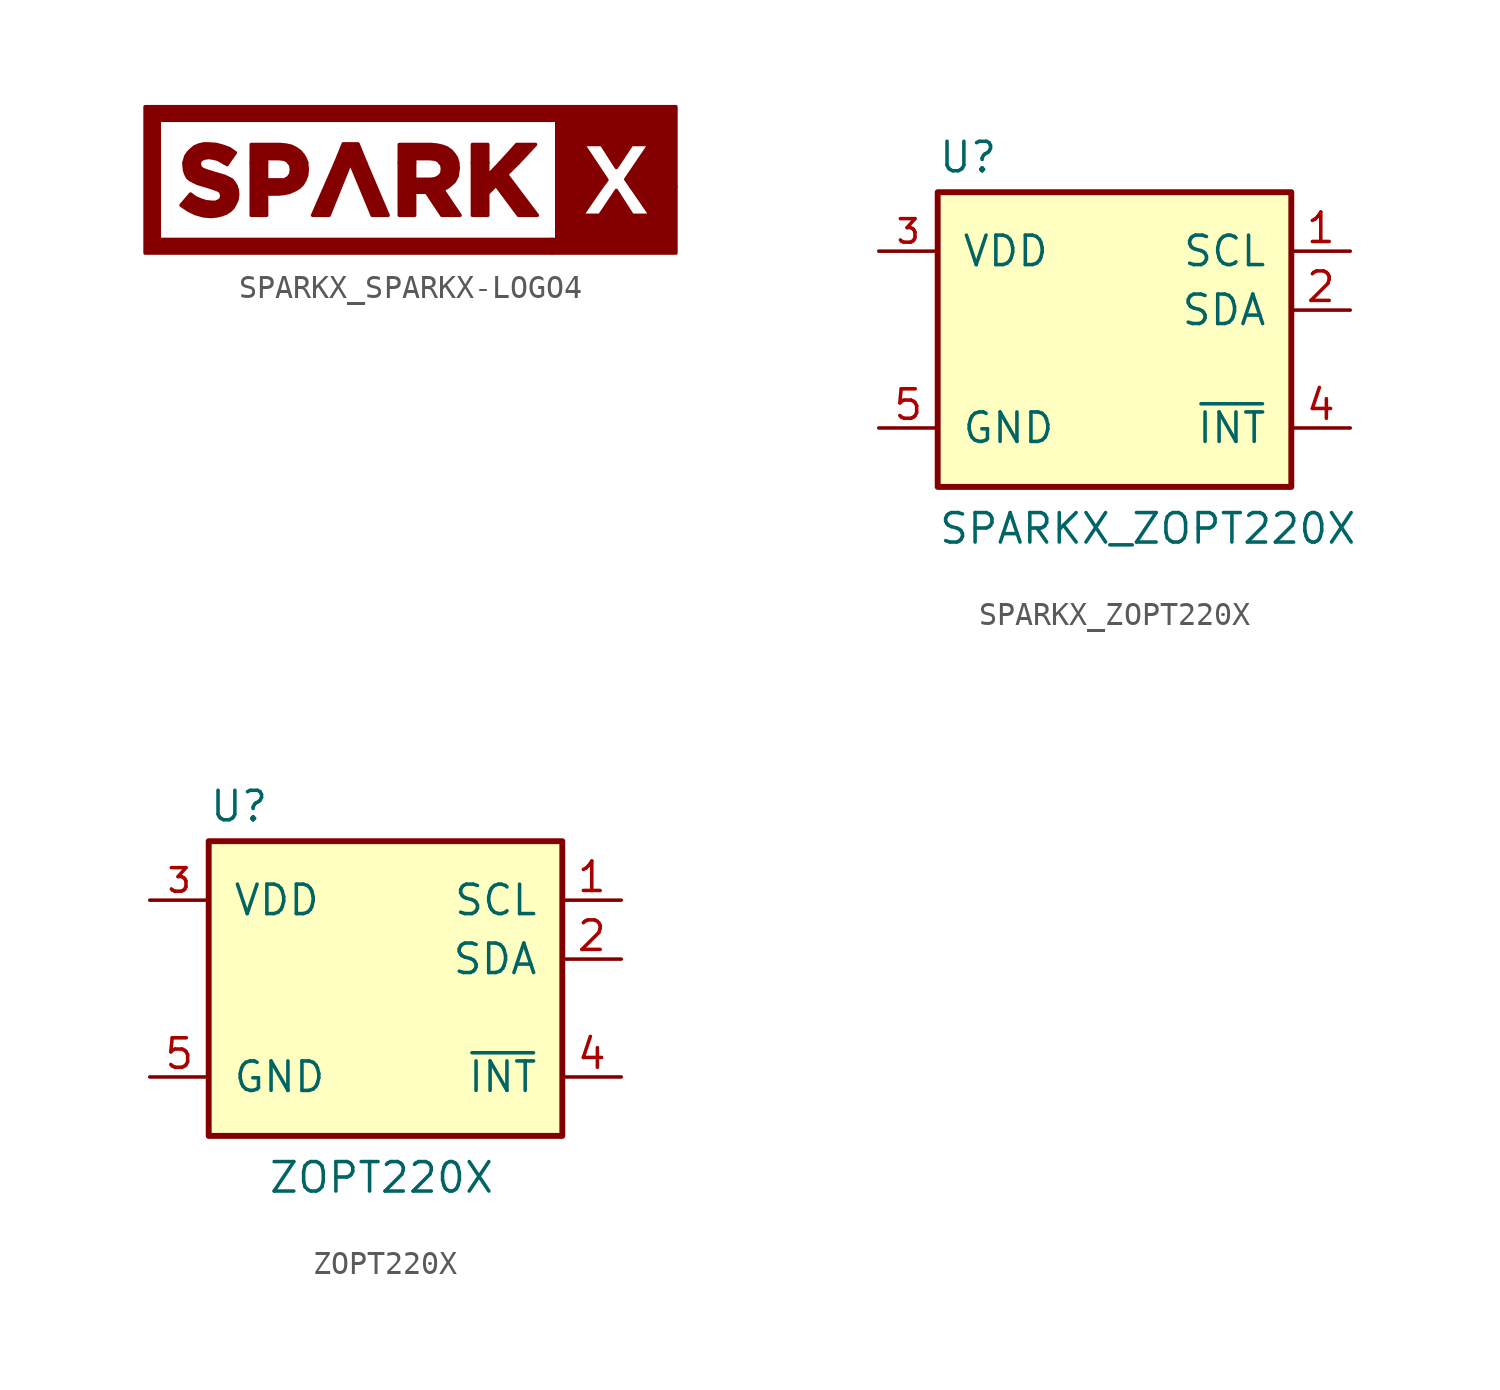
<source format=kicad_sym>
(kicad_symbol_lib
  (version 20220914)
  (generator kicad_symbol_editor)
  (symbol "SPARKX_SPARKX-LOGO4"
    (pin_numbers hide)
    (pin_names
      (offset 1.016) hide)
    (property "Reference" "M"
      (at 0 0 0)
      (effects (font (size 1.143 1.143)) hide))
    (property "ki_locked" ""
      (at 0 0 0)
      (effects (font (size 1.27 1.27))))
    (symbol "SPARKX_SPARKX-LOGO4_1_1"
      (polyline (pts (xy -7.849 0.737) (xy -8.026 0.737) (xy -8.026 0.737) (xy -7.899 0.66) (xy -7.899 0.66) (xy -7.849 0.737)) (stroke (width 0) (type solid)) (fill (type outline)))
      (polyline (pts (xy -1.93 0.737) (xy -2.261 1.549) (xy -2.261 1.549) (xy -2.896 1.549) (xy -2.896 1.549) (xy -3.226 0.737) (xy -3.226 0.737) (xy -1.93 0.737)) (stroke (width 0) (type solid)) (fill (type outline)))
      (polyline (pts (xy 3.327 0.737) (xy 3.327 1.524) (xy 3.327 1.524) (xy 2.667 1.524) (xy 2.667 1.524) (xy 2.667 0.737) (xy 2.667 0.737) (xy 3.327 0.737)) (stroke (width 0) (type solid)) (fill (type outline)))
      (polyline (pts (xy 4.648 0.737) (xy 5.385 1.524) (xy 5.385 1.524) (xy 4.572 1.524) (xy 4.572 1.524) (xy 3.861 0.737) (xy 3.861 0.737) (xy 4.648 0.737)) (stroke (width 0) (type solid)) (fill (type outline)))
      (polyline (pts (xy -1.93 0.737) (xy -3.226 0.737) (xy -3.226 0.737) (xy -4.216 -1.524) (xy -4.216 -1.524) (xy -3.505 -1.524) (xy -3.505 -1.524) (xy -2.591 0.737) (xy -2.591 0.737) (xy -1.651 -1.524) (xy -1.651 -1.524) (xy -0.965 -1.524) (xy -0.965 -1.524) (xy -1.93 0.737)) (stroke (width 0) (type solid)) (fill (type outline)))
      (polyline (pts (xy 4.648 0.737) (xy 3.861 0.737) (xy 3.861 0.737) (xy 3.327 0.178) (xy 3.327 0.178) (xy 3.327 0.737) (xy 3.327 0.737) (xy 2.667 0.737) (xy 2.667 0.737) (xy 2.667 -1.524) (xy 2.667 -1.524) (xy 3.327 -1.524) (xy 3.327 -1.524) (xy 3.327 -0.584) (xy 3.327 -0.584) (xy 3.683 -0.229) (xy 3.683 -0.229) (xy 4.648 -1.524) (xy 4.648 -1.524) (xy 5.461 -1.524) (xy 5.461 -1.524) (xy 4.14 0.229) (xy 4.14 0.229) (xy 4.648 0.737)) (stroke (width 0) (type solid)) (fill (type outline)))
      (polyline (pts (xy 11.43 -0.305) (xy 9.5 -0.305) (xy 9.5 -0.305) (xy 10.338 -1.524) (xy 10.338 -1.524) (xy 10.338 -1.524) (xy 10.338 -1.524) (xy 9.55 -1.524) (xy 9.55 -1.524) (xy 8.865 -0.457) (xy 8.865 -0.457) (xy 8.153 -1.524) (xy 8.153 -1.524) (xy 7.391 -1.524) (xy 7.391 -1.524) (xy 8.23 -0.305) (xy 8.23 -0.305) (xy 6.299 -0.305) (xy 6.299 -0.305) (xy 6.299 -2.565) (xy 6.299 -2.565) (xy 6.096 -2.565) (xy 6.096 -2.565) (xy 6.096 -3.15) (xy 6.096 -3.15) (xy 6.299 -3.15) (xy 6.299 -3.15) (xy 11.43 -3.15) (xy 11.43 -3.15) (xy 11.43 -0.305)) (stroke (width 0) (type solid)) (fill (type outline)))
      (polyline (pts (xy -4.47 0.737) (xy -4.521 0.889) (xy -4.521 0.889) (xy -4.623 1.067) (xy -4.623 1.067) (xy -4.75 1.219) (xy -4.75 1.219) (xy -4.928 1.346) (xy -4.928 1.346) (xy -5.131 1.448) (xy -5.131 1.448) (xy -5.359 1.499) (xy -5.359 1.499) (xy -5.613 1.524) (xy -5.613 1.524) (xy -6.858 1.524) (xy -6.858 1.524) (xy -6.858 0.737) (xy -6.858 0.737) (xy -6.198 0.737) (xy -6.198 0.737) (xy -6.198 0.914) (xy -6.198 0.914) (xy -5.664 0.914) (xy -5.664 0.914) (xy -5.436 0.889) (xy -5.436 0.889) (xy -5.258 0.787) (xy -5.258 0.787) (xy -5.232 0.737) (xy -5.232 0.737) (xy -4.47 0.737)) (stroke (width 0) (type solid)) (fill (type outline)))
      (polyline (pts (xy 2.032 0.737) (xy 1.981 0.94) (xy 1.981 0.94) (xy 1.88 1.092) (xy 1.88 1.092) (xy 1.753 1.245) (xy 1.753 1.245) (xy 1.575 1.372) (xy 1.575 1.372) (xy 1.372 1.448) (xy 1.372 1.448) (xy 1.143 1.499) (xy 1.143 1.499) (xy 0.889 1.524) (xy 0.889 1.524) (xy -0.483 1.524) (xy -0.483 1.524) (xy -0.483 0.737) (xy -0.483 0.737) (xy 0.178 0.737) (xy 0.178 0.737) (xy 0.178 0.914) (xy 0.178 0.914) (xy 0.838 0.914) (xy 0.838 0.914) (xy 1.067 0.889) (xy 1.067 0.889) (xy 1.219 0.813) (xy 1.219 0.813) (xy 1.27 0.737) (xy 1.27 0.737) (xy 2.032 0.737)) (stroke (width 0) (type solid)) (fill (type outline)))
      (polyline (pts (xy -11.43 3.15) (xy -11.43 -3.15) (xy -11.43 -3.15) (xy 6.096 -3.15) (xy 6.096 -3.15) (xy 6.096 -2.565) (xy 6.096 -2.565) (xy -10.82 -2.565) (xy -10.82 -2.565) (xy -10.82 2.565) (xy -10.82 2.565) (xy 6.299 2.565) (xy 6.299 2.565) (xy 6.299 -0.305) (xy 6.299 -0.305) (xy 8.23 -0.305) (xy 8.23 -0.305) (xy 8.458 0) (xy 8.458 0) (xy 7.442 1.524) (xy 7.442 1.524) (xy 8.23 1.524) (xy 8.23 1.524) (xy 8.865 0.533) (xy 8.865 0.533) (xy 9.525 1.524) (xy 9.525 1.524) (xy 10.287 1.524) (xy 10.287 1.524) (xy 9.271 0.025) (xy 9.271 0.025) (xy 9.5 -0.305) (xy 9.5 -0.305) (xy 11.43 -0.305) (xy 11.43 -0.305) (xy 11.43 3.15) (xy 11.43 3.15) (xy 6.299 3.15) (xy 6.299 3.15) (xy -11.43 3.15)) (stroke (width 0) (type solid)) (fill (type outline)))
      (polyline (pts (xy -8.687 1.549) (xy -8.915 1.549) (xy -8.915 1.549) (xy -9.119 1.499) (xy -9.119 1.499) (xy -9.296 1.422) (xy -9.296 1.422) (xy -9.449 1.295) (xy -9.449 1.295) (xy -9.576 1.168) (xy -9.576 1.168) (xy -9.677 1.016) (xy -9.677 1.016) (xy -9.728 0.838) (xy -9.728 0.838) (xy -9.754 0.737) (xy -9.754 0.737) (xy -9.093 0.737) (xy -9.093 0.737) (xy -9.068 0.813) (xy -9.068 0.813) (xy -8.992 0.889) (xy -8.992 0.889) (xy -8.865 0.94) (xy -8.865 0.94) (xy -8.687 0.965) (xy -8.687 0.965) (xy -8.509 0.94) (xy -8.509 0.94) (xy -8.306 0.889) (xy -8.306 0.889) (xy -8.026 0.737) (xy -8.026 0.737) (xy -7.849 0.737) (xy -7.849 0.737) (xy -7.544 1.168) (xy -7.544 1.168) (xy -7.798 1.346) (xy -7.798 1.346) (xy -8.077 1.448) (xy -8.077 1.448) (xy -8.357 1.524) (xy -8.357 1.524) (xy -8.687 1.549)) (stroke (width 0) (type solid)) (fill (type outline)))
      (polyline (pts (xy 2.032 0.737) (xy 1.27 0.737) (xy 1.27 0.737) (xy 1.346 0.66) (xy 1.346 0.66) (xy 1.372 0.483) (xy 1.372 0.483) (xy 1.372 0.457) (xy 1.372 0.457) (xy 1.346 0.279) (xy 1.346 0.279) (xy 1.245 0.152) (xy 1.245 0.152) (xy 1.067 0.051) (xy 1.067 0.051) (xy 0.864 0.025) (xy 0.864 0.025) (xy 0.178 0.025) (xy 0.178 0.025) (xy 0.178 0.737) (xy 0.178 0.737) (xy -0.483 0.737) (xy -0.483 0.737) (xy -0.483 -1.524) (xy -0.483 -1.524) (xy 0.178 -1.524) (xy 0.178 -1.524) (xy 0.178 -0.533) (xy 0.178 -0.533) (xy 0.686 -0.533) (xy 0.686 -0.533) (xy 1.346 -1.524) (xy 1.346 -1.524) (xy 2.134 -1.524) (xy 2.134 -1.524) (xy 1.397 -0.432) (xy 1.397 -0.432) (xy 1.651 -0.279) (xy 1.651 -0.279) (xy 1.88 -0.076) (xy 1.88 -0.076) (xy 2.007 0.152) (xy 2.007 0.152) (xy 2.057 0.508) (xy 2.057 0.508) (xy 2.057 0.508) (xy 2.057 0.508) (xy 2.032 0.737) (xy 2.032 0.737) (xy 2.032 0.737)) (stroke (width 0) (type solid)) (fill (type outline)))
      (polyline (pts (xy -4.47 0.737) (xy -5.232 0.737) (xy -5.232 0.737) (xy -5.156 0.635) (xy -5.156 0.635) (xy -5.131 0.457) (xy -5.131 0.457) (xy -5.131 0.432) (xy -5.131 0.432) (xy -5.156 0.254) (xy -5.156 0.254) (xy -5.258 0.102) (xy -5.258 0.102) (xy -5.436 0) (xy -5.436 0) (xy -5.664 0) (xy -5.664 0) (xy -6.198 0) (xy -6.198 0) (xy -6.198 0.737) (xy -6.198 0.737) (xy -6.858 0.737) (xy -6.858 0.737) (xy -6.858 -1.524) (xy -6.858 -1.524) (xy -6.198 -1.524) (xy -6.198 -1.524) (xy -6.198 -0.61) (xy -6.198 -0.61) (xy -5.69 -0.61) (xy -5.69 -0.61) (xy -5.436 -0.584) (xy -5.436 -0.584) (xy -5.207 -0.533) (xy -5.207 -0.533) (xy -4.978 -0.432) (xy -4.978 -0.432) (xy -4.801 -0.33) (xy -4.801 -0.33) (xy -4.648 -0.178) (xy -4.648 -0.178) (xy -4.547 0) (xy -4.547 0) (xy -4.47 0.203) (xy -4.47 0.203) (xy -4.445 0.457) (xy -4.445 0.457) (xy -4.445 0.457) (xy -4.445 0.457) (xy -4.445 0.457) (xy -4.445 0.457) (xy -4.47 0.686) (xy -4.47 0.686) (xy -4.47 0.737)) (stroke (width 0) (type solid)) (fill (type outline)))
      (polyline (pts (xy -9.093 0.737) (xy -9.754 0.737) (xy -9.754 0.737) (xy -9.754 0.635) (xy -9.754 0.635) (xy -9.754 0.635) (xy -9.754 0.635) (xy -9.728 0.406) (xy -9.728 0.406) (xy -9.677 0.254) (xy -9.677 0.254) (xy -9.601 0.102) (xy -9.601 0.102) (xy -9.474 0) (xy -9.474 0) (xy -9.169 -0.152) (xy -9.169 -0.152) (xy -8.738 -0.279) (xy -8.738 -0.279) (xy -8.433 -0.381) (xy -8.433 -0.381) (xy -8.23 -0.457) (xy -8.23 -0.457) (xy -8.153 -0.559) (xy -8.153 -0.559) (xy -8.128 -0.686) (xy -8.128 -0.686) (xy -8.128 -0.686) (xy -8.128 -0.686) (xy -8.153 -0.813) (xy -8.153 -0.813) (xy -8.23 -0.889) (xy -8.23 -0.889) (xy -8.382 -0.965) (xy -8.382 -0.965) (xy -8.56 -0.965) (xy -8.56 -0.965) (xy -8.814 -0.94) (xy -8.814 -0.94) (xy -9.042 -0.864) (xy -9.042 -0.864) (xy -9.271 -0.762) (xy -9.271 -0.762) (xy -9.474 -0.61) (xy -9.474 -0.61) (xy -9.881 -1.092) (xy -9.881 -1.092) (xy -9.576 -1.295) (xy -9.576 -1.295) (xy -9.271 -1.448) (xy -9.271 -1.448) (xy -8.915 -1.549) (xy -8.915 -1.549) (xy -8.585 -1.575) (xy -8.585 -1.575) (xy -8.331 -1.549) (xy -8.331 -1.549) (xy -8.128 -1.499) (xy -8.128 -1.499) (xy -7.925 -1.422) (xy -7.925 -1.422) (xy -7.772 -1.321) (xy -7.772 -1.321) (xy -7.645 -1.194) (xy -7.645 -1.194) (xy -7.544 -1.016) (xy -7.544 -1.016) (xy -7.468 -0.838) (xy -7.468 -0.838) (xy -7.442 -0.635) (xy -7.442 -0.635) (xy -7.442 -0.61) (xy -7.442 -0.61) (xy -7.442 -0.61) (xy -7.442 -0.61) (xy -7.468 -0.406) (xy -7.468 -0.406) (xy -7.518 -0.254) (xy -7.518 -0.254) (xy -7.595 -0.127) (xy -7.595 -0.127) (xy -7.696 0) (xy -7.696 0) (xy -8.001 0.152) (xy -8.001 0.152) (xy -8.433 0.279) (xy -8.433 0.279) (xy -8.763 0.381) (xy -8.763 0.381) (xy -8.966 0.457) (xy -8.966 0.457) (xy -9.068 0.559) (xy -9.068 0.559) (xy -9.093 0.686) (xy -9.093 0.686) (xy -9.093 0.686) (xy -9.093 0.686) (xy -9.093 0.737)) (stroke (width 0) (type solid)) (fill (type outline)))))
  (symbol "SPARKX_ZOPT220X"
    (pin_names
      (offset 1.016))
    (property "Reference" "U"
      (at -7.62 7.112 0)
      (effects (font (size 1.27 1.27)) (justify left bottom)))
    (property "Value" "SPARKX_ZOPT220X"
      (at -7.62 -8.89 0)
      (effects (font (size 1.27 1.27)) (justify left bottom)))
    (property "ki_locked" ""
      (at 0 0 0)
      (effects (font (size 1.27 1.27))))
    (symbol "SPARKX_ZOPT220X_1_0"
      (rectangle (start -7.62 6.35) (end 7.62 -6.35) (stroke (width 0.254) (type solid)) (fill (type background))))
    (symbol "SPARKX_ZOPT220X_1_1"
      (pin bidirectional line (at 10.16 3.81 180) (length 2.54) (name "SCL" (effects (font (size 1.27 1.27)))) (number "1" (effects (font (size 1.27 1.27)))))
      (pin bidirectional line (at 10.16 1.27 180) (length 2.54) (name "SDA" (effects (font (size 1.27 1.27)))) (number "2" (effects (font (size 1.27 1.27)))))
      (pin bidirectional line (at -10.16 3.81 0) (length 2.54) (name "VDD" (effects (font (size 1.27 1.27)))) (number "3" (effects (font (size 1.016 1.016)))))
      (pin bidirectional line (at 10.16 -3.81 180) (length 2.54) (name "~{INT}" (effects (font (size 1.27 1.27)))) (number "4" (effects (font (size 1.27 1.27)))))
      (pin bidirectional line (at -10.16 -3.81 0) (length 2.54) (name "GND" (effects (font (size 1.27 1.27)))) (number "5" (effects (font (size 1.27 1.27)))))))
  (symbol "ZOPT220X"
    (pin_names
      (offset 1.016))
    (property "Reference" "U"
      (at -7.62 7.112 0)
      (effects (font (size 1.27 1.27)) (justify left bottom)))
    (property "Value" "ZOPT220X"
      (at -5.08 -8.89 0)
      (effects (font (size 1.27 1.27)) (justify left bottom)))
    (property "ki_locked" ""
      (at 0 0 0)
      (effects (font (size 1.27 1.27))))
    (symbol "ZOPT220X_1_0"
      (rectangle (start -7.62 6.35) (end 7.62 -6.35) (stroke (width 0.254) (type solid)) (fill (type background))))
    (symbol "ZOPT220X_1_1"
      (pin bidirectional line (at 10.16 3.81 180) (length 2.54) (name "SCL" (effects (font (size 1.27 1.27)))) (number "1" (effects (font (size 1.27 1.27)))))
      (pin bidirectional line (at 10.16 1.27 180) (length 2.54) (name "SDA" (effects (font (size 1.27 1.27)))) (number "2" (effects (font (size 1.27 1.27)))))
      (pin bidirectional line (at -10.16 3.81 0) (length 2.54) (name "VDD" (effects (font (size 1.27 1.27)))) (number "3" (effects (font (size 1.016 1.016)))))
      (pin bidirectional line (at 10.16 -3.81 180) (length 2.54) (name "~{INT}" (effects (font (size 1.27 1.27)))) (number "4" (effects (font (size 1.27 1.27)))))
      (pin bidirectional line (at -10.16 -3.81 0) (length 2.54) (name "GND" (effects (font (size 1.27 1.27)))) (number "5" (effects (font (size 1.27 1.27))))))))
</source>
